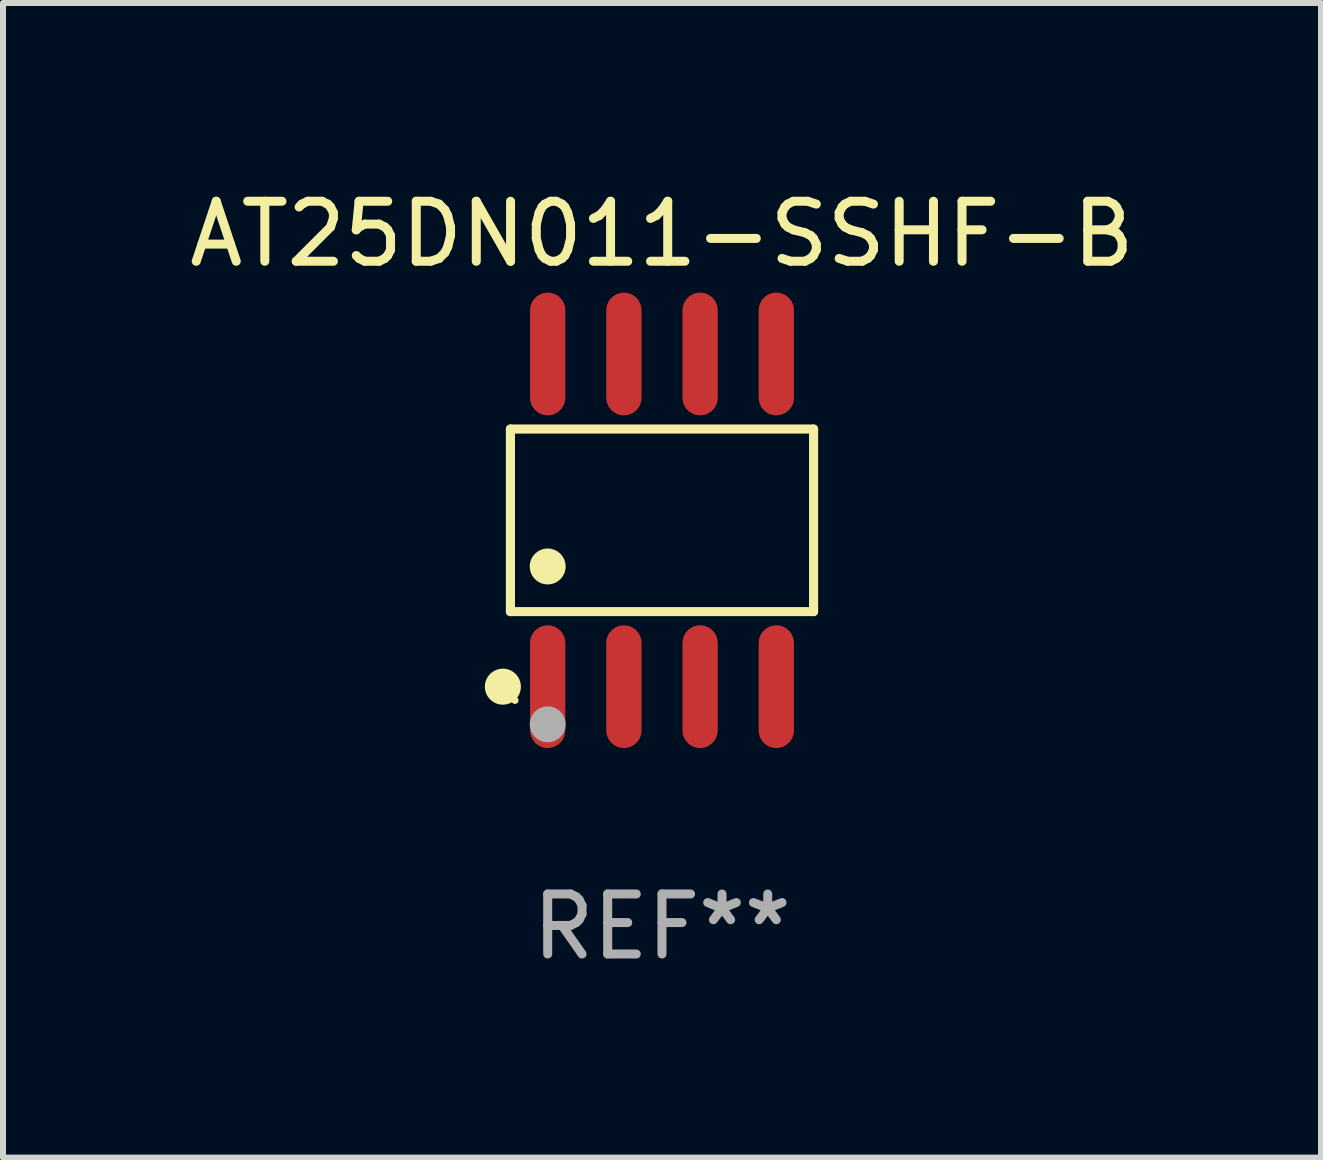
<source format=kicad_pcb>
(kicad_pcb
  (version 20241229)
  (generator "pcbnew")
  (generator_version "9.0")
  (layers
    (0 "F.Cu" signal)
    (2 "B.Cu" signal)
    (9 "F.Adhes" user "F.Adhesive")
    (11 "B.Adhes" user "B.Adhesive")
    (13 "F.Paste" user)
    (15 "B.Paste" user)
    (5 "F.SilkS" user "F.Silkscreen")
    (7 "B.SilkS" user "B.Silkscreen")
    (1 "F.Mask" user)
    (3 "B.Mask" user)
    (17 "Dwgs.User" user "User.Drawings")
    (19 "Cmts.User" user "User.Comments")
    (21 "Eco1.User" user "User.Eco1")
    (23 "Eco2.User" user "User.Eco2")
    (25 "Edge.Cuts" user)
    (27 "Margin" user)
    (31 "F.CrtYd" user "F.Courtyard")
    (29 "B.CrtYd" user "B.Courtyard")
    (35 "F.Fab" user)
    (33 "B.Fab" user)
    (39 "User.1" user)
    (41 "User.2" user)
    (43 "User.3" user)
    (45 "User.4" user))
  (footprint "AT25DN011-SSHF-B"
    (layer "F.Cu")
    (at 7.982 5.621)
    (property "Reference" "AT25DN011-SSHF-B" (at 0 -4.772 0) (layer "F.SilkS") (effects (font (size 1 1) (thickness 0.15))))
    (attr through_hole)
    (fp_line (start -2.526 -1.521) (end 2.526 -1.521) (stroke (width 0.152) (type solid)) (layer "F.SilkS"))
    (fp_line (start -2.526 1.521) (end -2.526 -1.521) (stroke (width 0.152) (type solid)) (layer "F.SilkS"))
    (fp_line (start 2.526 -1.521) (end 2.526 1.521) (stroke (width 0.152) (type solid)) (layer "F.SilkS"))
    (fp_line (start 2.526 1.521) (end -2.526 1.521) (stroke (width 0.152) (type solid)) (layer "F.SilkS"))
    (fp_circle (center -2.652 2.772) (end -2.501 2.772) (stroke (width 0.3) (type solid)) (fill no) (layer "F.SilkS"))
    (fp_circle (center -2.45 3) (end -2.42 3) (stroke (width 0.06) (type solid)) (fill no) (layer "F.SilkS"))
    (fp_circle (center -1.905 0.769) (end -1.755 0.769) (stroke (width 0.3) (type solid)) (fill no) (layer "F.SilkS"))
    (fp_circle (center -1.905 3.4) (end -1.755 3.4) (stroke (width 0.3) (type solid)) (fill no) (layer "F.Fab"))
    (fp_text user "REF**" (at 0 6.772 0) (layer "F.Fab") (effects (font (size 1 1) (thickness 0.15))))
    (pad "1" smd oval (at -1.905 2.772) (size 0.588 2.045) (layers "F.Cu" "F.Mask" "F.Paste"))
    (pad "2" smd oval (at -0.635 2.772) (size 0.588 2.045) (layers "F.Cu" "F.Mask" "F.Paste"))
    (pad "3" smd oval (at 0.635 2.772) (size 0.588 2.045) (layers "F.Cu" "F.Mask" "F.Paste"))
    (pad "4" smd oval (at 1.905 2.772) (size 0.588 2.045) (layers "F.Cu" "F.Mask" "F.Paste"))
    (pad "5" smd oval (at 1.905 -2.772) (size 0.588 2.045) (layers "F.Cu" "F.Mask" "F.Paste"))
    (pad "6" smd oval (at 0.635 -2.772) (size 0.588 2.045) (layers "F.Cu" "F.Mask" "F.Paste"))
    (pad "7" smd oval (at -0.635 -2.772) (size 0.588 2.045) (layers "F.Cu" "F.Mask" "F.Paste"))
    (pad "8" smd oval (at -1.905 -2.772) (size 0.588 2.045) (layers "F.Cu" "F.Mask" "F.Paste")))
  (gr_rect
    (start -3 -3)
    (end 18.964 16.241)
    (stroke (width 0.1) (type default))
    (fill no)
    (layer "Edge.Cuts")))
</source>
